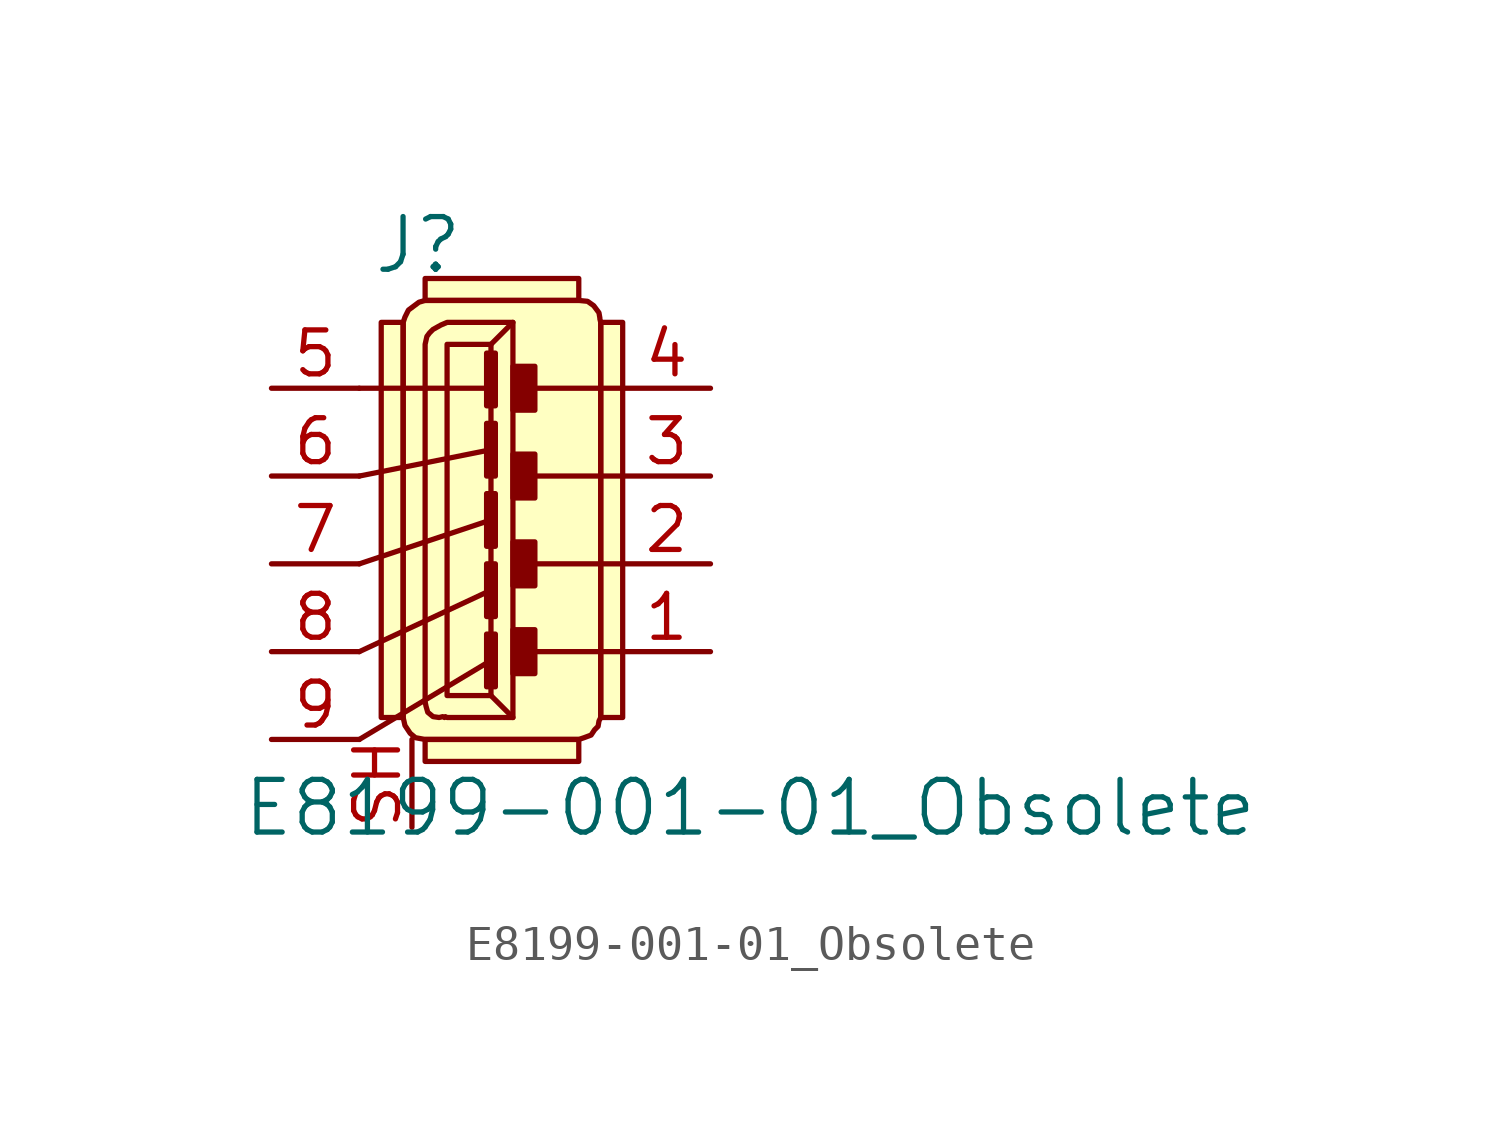
<source format=kicad_sym>
(kicad_symbol_lib
  (version 20220914)
  (generator kicad_symbol_editor)
  (symbol "E8199-001-01_Obsolete"
    (pin_names
      (offset 1.016))
    (property "Reference" "J"
      (at -0.838 9.22 0)
      (effects (font (size 1.524 1.524))))
    (property "Value" "E8199-001-01_Obsolete"
      (at 8.763 -7.061 0)
      (effects (font (size 1.524 1.524))))
    (symbol "E8199-001-01_Obsolete_0_1"
      (rectangle (start -1.27 -4.445) (end -1.905 6.985) (stroke (width 0) (type default)) (fill (type background)))
      (polyline (pts (xy -2.54 -5.08) (xy 1.27 -2.794)) (stroke (width 0) (type default)) (fill (type none)))
      (polyline (pts (xy -2.54 -2.54) (xy 1.27 -0.762)) (stroke (width 0) (type default)) (fill (type none)))
      (polyline (pts (xy -2.54 0) (xy 1.27 1.27)) (stroke (width 0) (type default)) (fill (type none)))
      (polyline (pts (xy -2.54 2.54) (xy 1.27 3.302)) (stroke (width 0) (type default)) (fill (type none)))
      (polyline (pts (xy -2.54 5.08) (xy 1.27 5.08)) (stroke (width 0) (type default)) (fill (type none)))
      (polyline (pts (xy 1.27 -3.81) (xy 1.905 -4.445)) (stroke (width 0) (type default)) (fill (type none)))
      (polyline (pts (xy 1.27 6.35) (xy 1.905 6.985)) (stroke (width 0) (type default)) (fill (type none)))
      (polyline (pts (xy 5.08 -2.54) (xy 2.54 -2.54)) (stroke (width 0) (type default)) (fill (type none)))
      (polyline (pts (xy 5.08 0) (xy 2.54 0)) (stroke (width 0) (type default)) (fill (type none)))
      (polyline (pts (xy 5.08 2.54) (xy 2.54 2.54)) (stroke (width 0) (type default)) (fill (type none)))
      (polyline (pts (xy 5.08 5.08) (xy 2.54 5.08)) (stroke (width 0) (type default)) (fill (type none)))
      (polyline (pts (xy -0.635 6.35) (xy -0.635 -3.81) (xy -0.635 -3.988) (xy -0.61 -4.115) (xy -0.559 -4.293) (xy -0.406 -4.42) (xy -0.229 -4.445) (xy -0.127 -4.42) (xy -0.076 -4.445) (xy -0.051 -4.42) (xy 0 -4.445) (xy 1.905 -4.445) (xy 1.905 6.985) (xy 0 6.985) (xy -0.178 6.909) (xy -0.406 6.782) (xy -0.508 6.68) (xy -0.584 6.579) (xy -0.635 6.35)) (stroke (width 0) (type default)) (fill (type none)))
      (polyline (pts (xy -0.635 -5.08) (xy 3.81 -5.08) (xy 3.962 -5.029) (xy 4.166 -4.953) (xy 4.267 -4.801) (xy 4.369 -4.699) (xy 4.394 -4.547) (xy 4.445 -4.445) (xy 4.445 6.985) (xy 4.42 7.087) (xy 4.42 7.112) (xy 4.394 7.264) (xy 4.242 7.468) (xy 4.064 7.595) (xy 3.81 7.62) (xy -0.635 7.62) (xy -0.813 7.569) (xy -1.118 7.341) (xy -1.219 7.137) (xy -1.27 6.985) (xy -1.27 -4.445) (xy -1.219 -4.674) (xy -1.067 -4.902) (xy -0.914 -5.029) (xy -0.635 -5.08)) (stroke (width 0) (type default)) (fill (type background)))
      (rectangle (start 1.27 6.35) (end 0 -3.81) (stroke (width 0) (type default)) (fill (type none)))
      (rectangle (start 1.397 -3.556) (end 1.143 -2.032) (stroke (width 0) (type default)) (fill (type outline)))
      (rectangle (start 1.397 -1.524) (end 1.143 0) (stroke (width 0) (type default)) (fill (type outline)))
      (rectangle (start 1.397 0.508) (end 1.143 2.032) (stroke (width 0) (type default)) (fill (type outline)))
      (rectangle (start 1.397 2.54) (end 1.143 4.064) (stroke (width 0) (type default)) (fill (type outline)))
      (rectangle (start 1.397 4.572) (end 1.143 6.096) (stroke (width 0) (type default)) (fill (type outline)))
      (rectangle (start 2.54 -1.905) (end 1.905 -3.175) (stroke (width 0) (type default)) (fill (type outline)))
      (rectangle (start 2.54 0.635) (end 1.905 -0.635) (stroke (width 0) (type default)) (fill (type outline)))
      (rectangle (start 2.54 3.175) (end 1.905 1.905) (stroke (width 0) (type default)) (fill (type outline)))
      (rectangle (start 2.54 4.445) (end 1.905 5.715) (stroke (width 0) (type default)) (fill (type outline)))
      (rectangle (start 3.81 -5.08) (end -0.635 -5.715) (stroke (width 0) (type default)) (fill (type background)))
      (rectangle (start 3.81 7.62) (end -0.635 8.255) (stroke (width 0) (type default)) (fill (type background)))
      (rectangle (start 4.445 6.985) (end 5.08 -4.445) (stroke (width 0) (type default)) (fill (type background))))
    (symbol "E8199-001-01_Obsolete_1_1"
      (pin passive line (at 7.62 -2.54 180) (length 2.54) (name "~" (effects (font (size 1.27 1.27)))) (number "1" (effects (font (size 1.27 1.27)))))
      (pin passive line (at 7.62 0 180) (length 2.54) (name "~" (effects (font (size 1.27 1.27)))) (number "2" (effects (font (size 1.27 1.27)))))
      (pin passive line (at 7.62 2.54 180) (length 2.54) (name "~" (effects (font (size 1.27 1.27)))) (number "3" (effects (font (size 1.27 1.27)))))
      (pin passive line (at 7.62 5.08 180) (length 2.54) (name "~" (effects (font (size 1.27 1.27)))) (number "4" (effects (font (size 1.27 1.27)))))
      (pin passive line (at -5.08 5.08 0) (length 2.54) (name "~" (effects (font (size 1.27 1.27)))) (number "5" (effects (font (size 1.27 1.27)))))
      (pin passive line (at -5.08 2.54 0) (length 2.54) (name "~" (effects (font (size 1.27 1.27)))) (number "6" (effects (font (size 1.27 1.27)))))
      (pin passive line (at -5.08 0 0) (length 2.54) (name "~" (effects (font (size 1.27 1.27)))) (number "7" (effects (font (size 1.27 1.27)))))
      (pin passive line (at -5.08 -2.54 0) (length 2.54) (name "~" (effects (font (size 1.27 1.27)))) (number "8" (effects (font (size 1.27 1.27)))))
      (pin passive line (at -5.08 -5.08 0) (length 2.54) (name "~" (effects (font (size 1.27 1.27)))) (number "9" (effects (font (size 1.27 1.27)))))
      (pin passive line (at -1.016 -7.62 90) (length 2.54) (name "~" (effects (font (size 1.27 1.27)))) (number "SH" (effects (font (size 1.27 1.27))))))))
</source>
